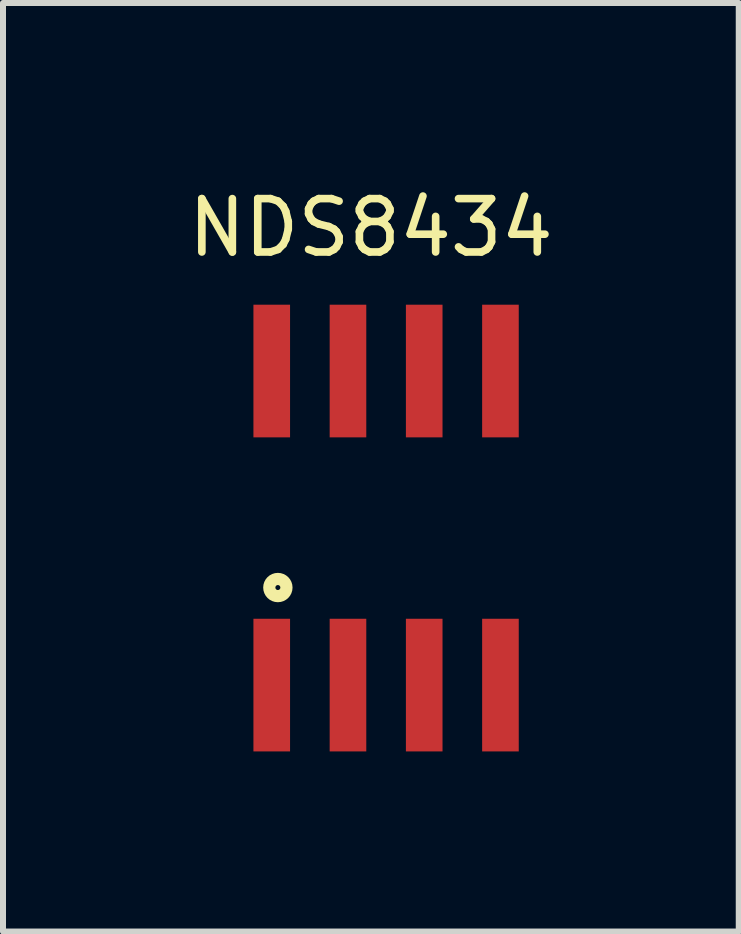
<source format=kicad_pcb>
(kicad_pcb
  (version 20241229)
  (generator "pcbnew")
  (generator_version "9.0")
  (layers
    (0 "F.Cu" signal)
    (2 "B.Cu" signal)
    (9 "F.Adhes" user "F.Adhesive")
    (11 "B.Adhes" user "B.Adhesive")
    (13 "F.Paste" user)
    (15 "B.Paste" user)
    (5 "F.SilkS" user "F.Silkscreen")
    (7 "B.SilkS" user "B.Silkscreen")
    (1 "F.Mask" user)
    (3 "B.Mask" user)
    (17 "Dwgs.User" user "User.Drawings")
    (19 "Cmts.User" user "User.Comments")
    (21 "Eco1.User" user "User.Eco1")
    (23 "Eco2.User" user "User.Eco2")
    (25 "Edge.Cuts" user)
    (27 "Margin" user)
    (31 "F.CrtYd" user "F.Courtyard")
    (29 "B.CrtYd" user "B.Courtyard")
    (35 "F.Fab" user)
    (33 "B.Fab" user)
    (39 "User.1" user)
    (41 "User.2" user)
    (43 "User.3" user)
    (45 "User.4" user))
  (footprint "NDS8434"
    (layer "F.Cu")
    (at 3.382 5.747)
    (property "Reference" "NDS8434" (at -0.254 -5.004 180) (layer "F.SilkS") (effects (font (size 0.889 0.889) (thickness 0.127))))
    (attr smd)
    (fp_circle (center -1.803 0.991) (end -1.66 0.991) (stroke (width 0.203) (type solid)) (fill no) (layer "F.SilkS"))
    (fp_poly (pts (xy -2.087 1.854) (xy -1.727 1.854) (xy -1.727 2.876) (xy -2.087 2.876)) (stroke (width 0.1) (type solid)) (fill no) (layer "Eco2.User"))
    (fp_poly (pts (xy -2.084 -2.87) (xy -1.727 -2.87) (xy -1.727 -1.855) (xy -2.084 -1.855)) (stroke (width 0.1) (type solid)) (fill no) (layer "Eco2.User"))
    (fp_poly (pts (xy -0.813 -2.87) (xy -0.457 -2.87) (xy -0.457 -1.855) (xy -0.813 -1.855)) (stroke (width 0.1) (type solid)) (fill no) (layer "Eco2.User"))
    (fp_poly (pts (xy -0.813 1.854) (xy -0.457 1.854) (xy -0.457 2.872) (xy -0.813 2.872)) (stroke (width 0.1) (type solid)) (fill no) (layer "Eco2.User"))
    (fp_poly (pts (xy 0.457 -2.87) (xy 0.813 -2.87) (xy 0.813 -1.855) (xy 0.457 -1.855)) (stroke (width 0.1) (type solid)) (fill no) (layer "Eco2.User"))
    (fp_poly (pts (xy 0.458 1.854) (xy 0.813 1.854) (xy 0.813 2.872) (xy 0.458 2.872)) (stroke (width 0.1) (type solid)) (fill no) (layer "Eco2.User"))
    (fp_poly (pts (xy 1.728 1.854) (xy 2.083 1.854) (xy 2.083 2.871) (xy 1.728 2.871)) (stroke (width 0.1) (type solid)) (fill no) (layer "Eco2.User"))
    (fp_poly (pts (xy 1.73 -2.87) (xy 2.083 -2.87) (xy 2.083 -1.857) (xy 1.73 -1.857)) (stroke (width 0.1) (type solid)) (fill no) (layer "Eco2.User"))
    (pad "1" smd rect (at -1.905 2.616) (size 0.61 2.21) (layers "F.Cu" "F.Mask" "F.Paste"))
    (pad "2" smd rect (at -0.635 2.616) (size 0.61 2.21) (layers "F.Cu" "F.Mask" "F.Paste"))
    (pad "3" smd rect (at 0.635 2.616) (size 0.61 2.21) (layers "F.Cu" "F.Mask" "F.Paste"))
    (pad "4" smd rect (at 1.905 2.616) (size 0.61 2.21) (layers "F.Cu" "F.Mask" "F.Paste"))
    (pad "5" smd rect (at 1.905 -2.616) (size 0.61 2.21) (layers "F.Cu" "F.Mask" "F.Paste"))
    (pad "6" smd rect (at 0.635 -2.616) (size 0.61 2.21) (layers "F.Cu" "F.Mask" "F.Paste"))
    (pad "7" smd rect (at -0.635 -2.616) (size 0.61 2.21) (layers "F.Cu" "F.Mask" "F.Paste"))
    (pad "8" smd rect (at -1.905 -2.616) (size 0.61 2.21) (layers "F.Cu" "F.Mask" "F.Paste")))
  (gr_rect
    (start -3 -3)
    (end 9.257 12.468)
    (stroke (width 0.1) (type default))
    (fill no)
    (layer "Edge.Cuts")))
</source>
